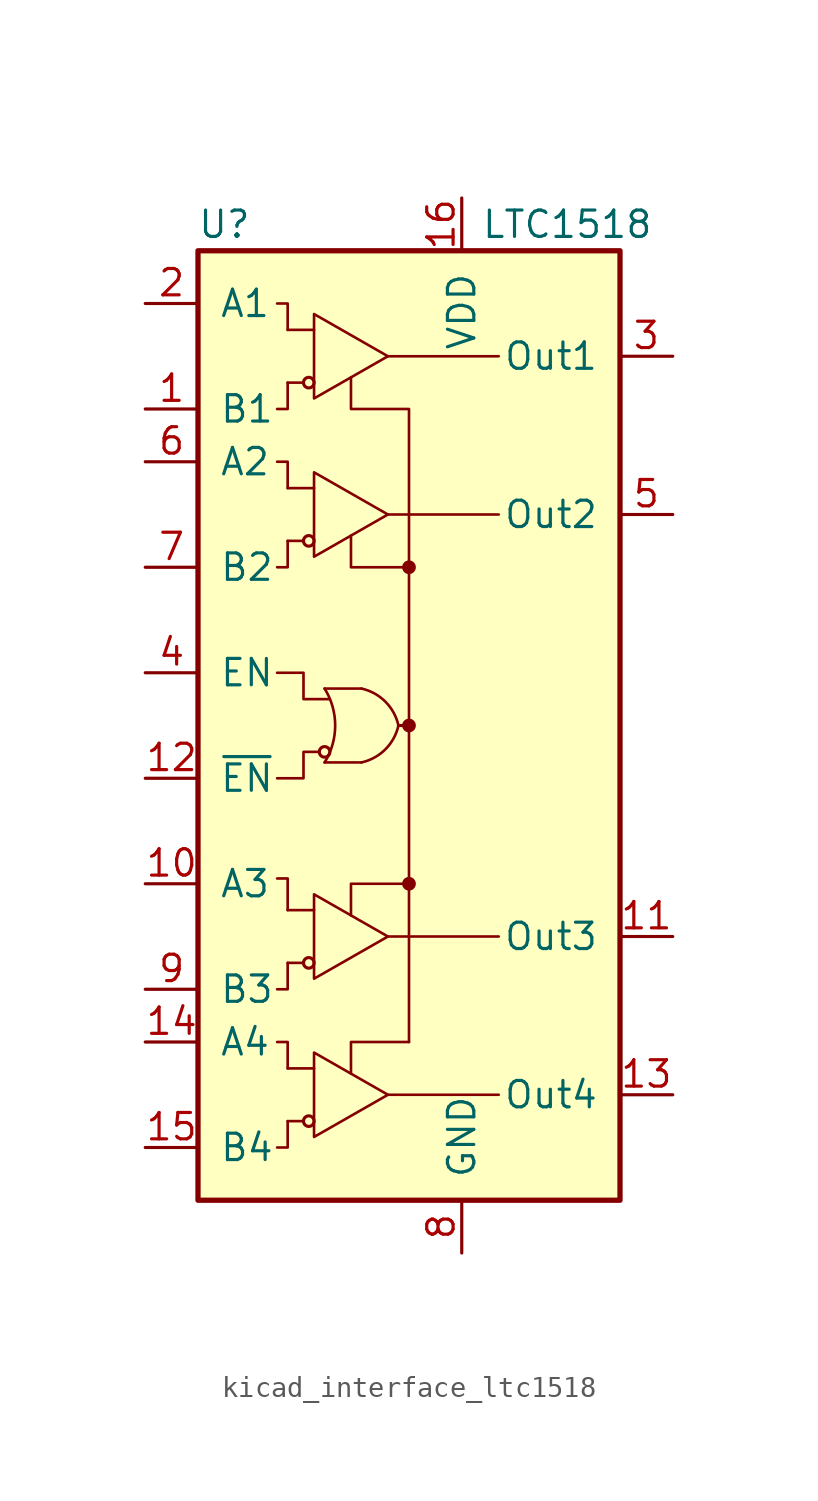
<source format=kicad_sym>
(kicad_symbol_lib
  (version 20220914)
  (generator kicad_symbol_editor)
  (symbol "kicad_interface_ltc1518"
    (pin_names
      (offset 1.016))
    (property "Reference" "U"
      (at -8.89 24.13 0)
      (effects (font (size 1.27 1.27))))
    (property "Value" "LTC1518"
      (at 7.62 24.13 0)
      (effects (font (size 1.27 1.27))))
    (symbol "kicad_interface_ltc1518_0_1"
      (rectangle (start -10.16 22.86) (end 10.16 -22.86) (stroke (width 0.254) (type default)) (fill (type background)))
      (circle (center -4.826 16.51) (radius 0.254) (stroke (width 0) (type default)) (fill (type none)))
      (arc (start -4.064 -1.778) (mid -3.5541 0) (end -4.064 1.778) (stroke (width 0.127) (type default)) (fill (type none)))
      (circle (center -4.064 -1.27) (radius 0.254) (stroke (width 0) (type default)) (fill (type none)))
      (arc (start -2.286 -1.778) (mid -1.1381 -1.1479) (end -0.508 0) (stroke (width 0.127) (type default)) (fill (type none)))
      (arc (start -0.508 0) (mid -1.1381 1.1479) (end -2.286 1.778) (stroke (width 0.127) (type default)) (fill (type none)))
      (circle (center 0 -7.62) (radius 0.254) (stroke (width 0) (type default)) (fill (type outline)))
      (polyline (pts (xy -5.842 16.51) (xy -5.08 16.51)) (stroke (width 0.127) (type default)) (fill (type none)))
      (polyline (pts (xy -5.842 19.05) (xy -4.572 19.05)) (stroke (width 0.127) (type default)) (fill (type none)))
      (polyline (pts (xy -4.064 -1.778) (xy -2.286 -1.778)) (stroke (width 0.127) (type default)) (fill (type none)))
      (polyline (pts (xy -2.286 1.778) (xy -4.064 1.778)) (stroke (width 0.127) (type default)) (fill (type none)))
      (polyline (pts (xy -1.016 -17.78) (xy 4.318 -17.78)) (stroke (width 0.127) (type default)) (fill (type none)))
      (polyline (pts (xy -1.016 -10.16) (xy 4.318 -10.16)) (stroke (width 0.127) (type default)) (fill (type none)))
      (polyline (pts (xy -1.016 10.16) (xy 4.318 10.16)) (stroke (width 0.127) (type default)) (fill (type none)))
      (polyline (pts (xy -1.016 17.78) (xy 4.318 17.78)) (stroke (width 0.127) (type default)) (fill (type none)))
      (polyline (pts (xy -0.508 0) (xy 0 0)) (stroke (width 0) (type default)) (fill (type none)))
      (polyline (pts (xy 0 0) (xy 0 -15.24)) (stroke (width 0.127) (type default)) (fill (type none)))
      (polyline (pts (xy 0 7.62) (xy 0 0)) (stroke (width 0.127) (type default)) (fill (type none)))
      (polyline (pts (xy -5.842 -19.05) (xy -5.842 -20.32) (xy -6.35 -20.32)) (stroke (width 0.127) (type default)) (fill (type none)))
      (polyline (pts (xy -5.842 -16.51) (xy -5.842 -15.24) (xy -6.35 -15.24)) (stroke (width 0.127) (type default)) (fill (type none)))
      (polyline (pts (xy -5.842 -11.43) (xy -5.842 -12.7) (xy -6.35 -12.7)) (stroke (width 0.127) (type default)) (fill (type none)))
      (polyline (pts (xy -5.842 -8.89) (xy -5.842 -7.366) (xy -6.35 -7.366)) (stroke (width 0.127) (type default)) (fill (type none)))
      (polyline (pts (xy -5.842 8.89) (xy -5.842 7.62) (xy -6.35 7.62)) (stroke (width 0.127) (type default)) (fill (type none)))
      (polyline (pts (xy -5.842 11.43) (xy -5.842 12.7) (xy -6.35 12.7)) (stroke (width 0.127) (type default)) (fill (type none)))
      (polyline (pts (xy -5.842 19.05) (xy -5.842 20.32) (xy -6.35 20.32)) (stroke (width 0.127) (type default)) (fill (type none)))
      (polyline (pts (xy 0 -15.24) (xy -2.794 -15.24) (xy -2.794 -16.764)) (stroke (width 0.127) (type default)) (fill (type none)))
      (polyline (pts (xy 0 -7.62) (xy -2.794 -7.62) (xy -2.794 -9.144)) (stroke (width 0.127) (type default)) (fill (type none)))
      (polyline (pts (xy 0 7.62) (xy -2.794 7.62) (xy -2.794 9.144)) (stroke (width 0.127) (type default)) (fill (type none)))
      (polyline (pts (xy -6.35 2.54) (xy -5.08 2.54) (xy -5.08 1.27) (xy -3.81 1.27)) (stroke (width 0.127) (type default)) (fill (type none)))
      (polyline (pts (xy -5.842 16.51) (xy -5.842 15.24) (xy -6.096 15.24) (xy -6.35 15.24)) (stroke (width 0.127) (type default)) (fill (type none)))
      (polyline (pts (xy -4.572 19.812) (xy -4.572 15.748) (xy -1.016 17.78) (xy -4.572 19.812)) (stroke (width 0.127) (type default)) (fill (type none)))
      (polyline (pts (xy -4.318 -1.27) (xy -5.08 -1.27) (xy -5.08 -2.54) (xy -6.35 -2.54)) (stroke (width 0.127) (type default)) (fill (type none)))
      (polyline (pts (xy 0 7.62) (xy 0 15.24) (xy -2.794 15.24) (xy -2.794 16.764)) (stroke (width 0.127) (type default)) (fill (type none)))
      (circle (center 0 0) (radius 0.254) (stroke (width 0) (type default)) (fill (type outline)))
      (circle (center 0 7.62) (radius 0.254) (stroke (width 0) (type default)) (fill (type outline))))
    (symbol "kicad_interface_ltc1518_1_1"
      (circle (center -4.826 -19.05) (radius 0.254) (stroke (width 0) (type default)) (fill (type none)))
      (circle (center -4.826 -11.43) (radius 0.254) (stroke (width 0) (type default)) (fill (type none)))
      (circle (center -4.826 8.89) (radius 0.254) (stroke (width 0) (type default)) (fill (type none)))
      (polyline (pts (xy -5.842 -19.05) (xy -5.08 -19.05)) (stroke (width 0.127) (type default)) (fill (type none)))
      (polyline (pts (xy -5.842 -16.51) (xy -4.572 -16.51)) (stroke (width 0.127) (type default)) (fill (type none)))
      (polyline (pts (xy -5.842 -11.43) (xy -5.08 -11.43)) (stroke (width 0.127) (type default)) (fill (type none)))
      (polyline (pts (xy -5.842 -8.89) (xy -4.572 -8.89)) (stroke (width 0.127) (type default)) (fill (type none)))
      (polyline (pts (xy -5.842 8.89) (xy -5.08 8.89)) (stroke (width 0.127) (type default)) (fill (type none)))
      (polyline (pts (xy -5.842 11.43) (xy -4.572 11.43)) (stroke (width 0.127) (type default)) (fill (type none)))
      (polyline (pts (xy -4.572 -15.748) (xy -4.572 -19.812) (xy -1.016 -17.78) (xy -4.572 -15.748)) (stroke (width 0.127) (type default)) (fill (type none)))
      (polyline (pts (xy -4.572 -8.128) (xy -4.572 -12.192) (xy -1.016 -10.16) (xy -4.572 -8.128)) (stroke (width 0.127) (type default)) (fill (type none)))
      (polyline (pts (xy -4.572 12.192) (xy -4.572 8.128) (xy -1.016 10.16) (xy -4.572 12.192)) (stroke (width 0.127) (type default)) (fill (type none)))
      (pin input line (at -12.7 15.24 0) (length 2.54) (name "B1" (effects (font (size 1.27 1.27)))) (number "1" (effects (font (size 1.27 1.27)))))
      (pin input line (at -12.7 -7.62 0) (length 2.54) (name "A3" (effects (font (size 1.27 1.27)))) (number "10" (effects (font (size 1.27 1.27)))))
      (pin tri_state line (at 12.7 -10.16 180) (length 2.54) (name "Out3" (effects (font (size 1.27 1.27)))) (number "11" (effects (font (size 1.27 1.27)))))
      (pin input line (at -12.7 -2.54 0) (length 2.54) (name "~{EN}" (effects (font (size 1.27 1.27)))) (number "12" (effects (font (size 1.27 1.27)))))
      (pin tri_state line (at 12.7 -17.78 180) (length 2.54) (name "Out4" (effects (font (size 1.27 1.27)))) (number "13" (effects (font (size 1.27 1.27)))))
      (pin input line (at -12.7 -15.24 0) (length 2.54) (name "A4" (effects (font (size 1.27 1.27)))) (number "14" (effects (font (size 1.27 1.27)))))
      (pin input line (at -12.7 -20.32 0) (length 2.54) (name "B4" (effects (font (size 1.27 1.27)))) (number "15" (effects (font (size 1.27 1.27)))))
      (pin power_in line (at 2.54 25.4 270) (length 2.54) (name "VDD" (effects (font (size 1.27 1.27)))) (number "16" (effects (font (size 1.27 1.27)))))
      (pin input line (at -12.7 20.32 0) (length 2.54) (name "A1" (effects (font (size 1.27 1.27)))) (number "2" (effects (font (size 1.27 1.27)))))
      (pin tri_state line (at 12.7 17.78 180) (length 2.54) (name "Out1" (effects (font (size 1.27 1.27)))) (number "3" (effects (font (size 1.27 1.27)))))
      (pin input line (at -12.7 2.54 0) (length 2.54) (name "EN" (effects (font (size 1.27 1.27)))) (number "4" (effects (font (size 1.27 1.27)))))
      (pin tri_state line (at 12.7 10.16 180) (length 2.54) (name "Out2" (effects (font (size 1.27 1.27)))) (number "5" (effects (font (size 1.27 1.27)))))
      (pin input line (at -12.7 12.7 0) (length 2.54) (name "A2" (effects (font (size 1.27 1.27)))) (number "6" (effects (font (size 1.27 1.27)))))
      (pin input line (at -12.7 7.62 0) (length 2.54) (name "B2" (effects (font (size 1.27 1.27)))) (number "7" (effects (font (size 1.27 1.27)))))
      (pin power_in line (at 2.54 -25.4 90) (length 2.54) (name "GND" (effects (font (size 1.27 1.27)))) (number "8" (effects (font (size 1.27 1.27)))))
      (pin input line (at -12.7 -12.7 0) (length 2.54) (name "B3" (effects (font (size 1.27 1.27)))) (number "9" (effects (font (size 1.27 1.27))))))))
</source>
